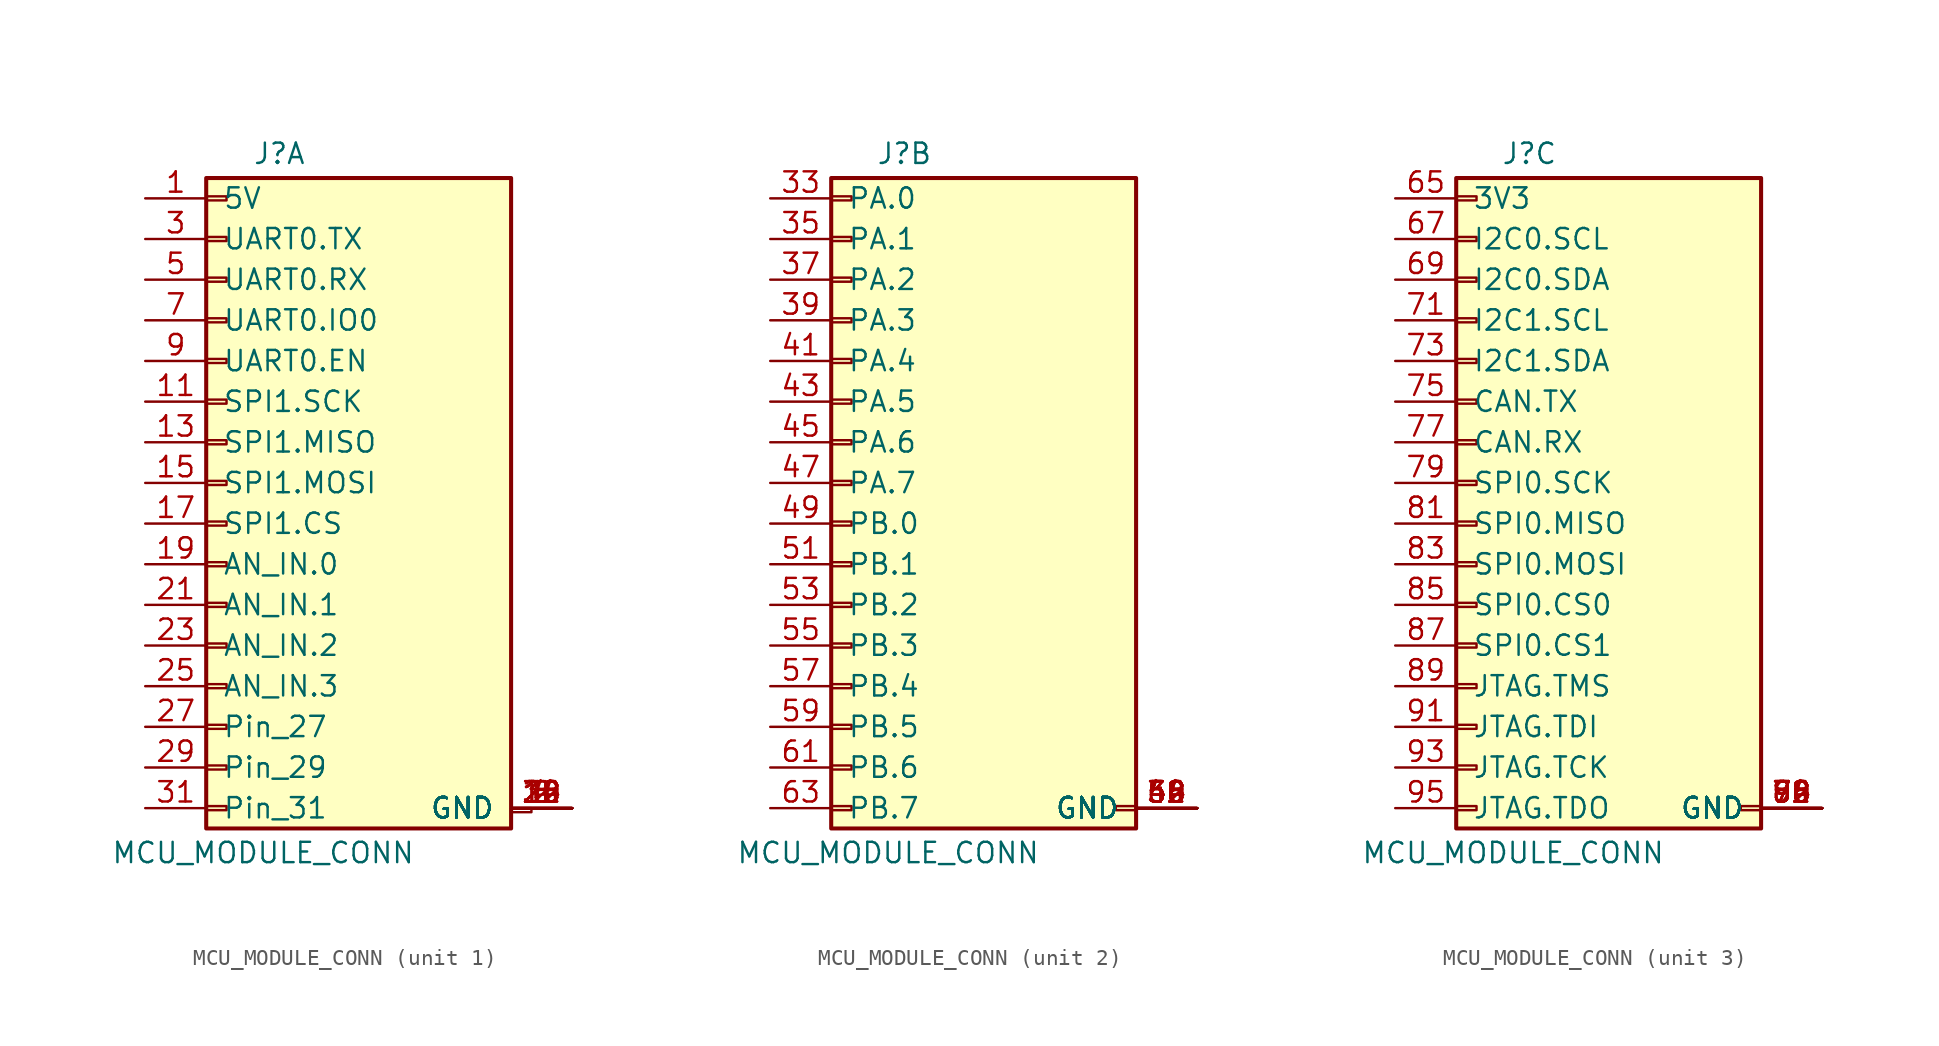
<source format=kicad_sym>
(kicad_symbol_lib
  (version 20241209)
  (generator "kicad_symbol_editor")
  (generator_version "9.0")
  (symbol "MCU_MODULE_CONN"
    (pin_names
      (offset 1.016))
    (property "Reference" "J"
      (at 3.302 20.574 0)
      (effects (font (size 1.27 1.27))))
    (property "Value" "MCU_MODULE_CONN"
      (at 2.286 -23.114 0)
      (effects (font (size 1.27 1.27))))
    (property "ki_locked" ""
      (at 0 0 0)
      (effects (font (size 1.27 1.27))))
    (symbol "MCU_MODULE_CONN_1_1"
      (rectangle (start -1.27 19.05) (end 17.78 -21.59) (stroke (width 0.254) (type default)) (fill (type background)))
      (rectangle (start -1.27 17.907) (end 0 17.653) (stroke (width 0.152) (type default)) (fill (type none)))
      (rectangle (start -1.27 15.367) (end 0 15.113) (stroke (width 0.152) (type default)) (fill (type none)))
      (rectangle (start -1.27 12.827) (end 0 12.573) (stroke (width 0.152) (type default)) (fill (type none)))
      (rectangle (start -1.27 10.287) (end 0 10.033) (stroke (width 0.152) (type default)) (fill (type none)))
      (rectangle (start -1.27 7.747) (end 0 7.493) (stroke (width 0.152) (type default)) (fill (type none)))
      (rectangle (start -1.27 5.207) (end 0 4.953) (stroke (width 0.152) (type default)) (fill (type none)))
      (rectangle (start -1.27 2.667) (end 0 2.413) (stroke (width 0.152) (type default)) (fill (type none)))
      (rectangle (start -1.27 0.127) (end 0 -0.127) (stroke (width 0.152) (type default)) (fill (type none)))
      (rectangle (start -1.27 -2.413) (end 0 -2.667) (stroke (width 0.152) (type default)) (fill (type none)))
      (rectangle (start -1.27 -4.953) (end 0 -5.207) (stroke (width 0.152) (type default)) (fill (type none)))
      (rectangle (start -1.27 -7.493) (end 0 -7.747) (stroke (width 0.152) (type default)) (fill (type none)))
      (rectangle (start -1.27 -10.033) (end 0 -10.287) (stroke (width 0.152) (type default)) (fill (type none)))
      (rectangle (start -1.27 -12.573) (end 0 -12.827) (stroke (width 0.152) (type default)) (fill (type none)))
      (rectangle (start -1.27 -15.113) (end 0 -15.367) (stroke (width 0.152) (type default)) (fill (type none)))
      (rectangle (start -1.27 -17.653) (end 0 -17.907) (stroke (width 0.152) (type default)) (fill (type none)))
      (rectangle (start -1.27 -20.193) (end 0 -20.447) (stroke (width 0.152) (type default)) (fill (type none)))
      (rectangle (start 17.78 -20.32) (end 19.05 -20.574) (stroke (width 0.152) (type default)) (fill (type none)))
      (pin passive line (at -5.08 17.78 0) (length 3.81) (name "5V" (effects (font (size 1.27 1.27)))) (number "1" (effects (font (size 1.27 1.27)))))
      (pin passive line (at -5.08 15.24 0) (length 3.81) (name "UART0.TX" (effects (font (size 1.27 1.27)))) (number "3" (effects (font (size 1.27 1.27)))))
      (pin passive line (at -5.08 12.7 0) (length 3.81) (name "UART0.RX" (effects (font (size 1.27 1.27)))) (number "5" (effects (font (size 1.27 1.27)))))
      (pin passive line (at -5.08 10.16 0) (length 3.81) (name "UART0.IO0" (effects (font (size 1.27 1.27)))) (number "7" (effects (font (size 1.27 1.27)))))
      (pin passive line (at -5.08 7.62 0) (length 3.81) (name "UART0.EN" (effects (font (size 1.27 1.27)))) (number "9" (effects (font (size 1.27 1.27)))))
      (pin passive line (at -5.08 5.08 0) (length 3.81) (name "SPI1.SCK" (effects (font (size 1.27 1.27)))) (number "11" (effects (font (size 1.27 1.27)))))
      (pin passive line (at -5.08 2.54 0) (length 3.81) (name "SPI1.MISO" (effects (font (size 1.27 1.27)))) (number "13" (effects (font (size 1.27 1.27)))))
      (pin passive line (at -5.08 0 0) (length 3.81) (name "SPI1.MOSI" (effects (font (size 1.27 1.27)))) (number "15" (effects (font (size 1.27 1.27)))))
      (pin passive line (at -5.08 -2.54 0) (length 3.81) (name "SPI1.CS" (effects (font (size 1.27 1.27)))) (number "17" (effects (font (size 1.27 1.27)))))
      (pin passive line (at -5.08 -5.08 0) (length 3.81) (name "AN_IN.0" (effects (font (size 1.27 1.27)))) (number "19" (effects (font (size 1.27 1.27)))))
      (pin passive line (at -5.08 -7.62 0) (length 3.81) (name "AN_IN.1" (effects (font (size 1.27 1.27)))) (number "21" (effects (font (size 1.27 1.27)))))
      (pin passive line (at -5.08 -10.16 0) (length 3.81) (name "AN_IN.2" (effects (font (size 1.27 1.27)))) (number "23" (effects (font (size 1.27 1.27)))))
      (pin passive line (at -5.08 -12.7 0) (length 3.81) (name "AN_IN.3" (effects (font (size 1.27 1.27)))) (number "25" (effects (font (size 1.27 1.27)))))
      (pin passive line (at -5.08 -15.24 0) (length 3.81) (name "Pin_27" (effects (font (size 1.27 1.27)))) (number "27" (effects (font (size 1.27 1.27)))))
      (pin passive line (at -5.08 -17.78 0) (length 3.81) (name "Pin_29" (effects (font (size 1.27 1.27)))) (number "29" (effects (font (size 1.27 1.27)))))
      (pin passive line (at -5.08 -20.32 0) (length 3.81) (name "Pin_31" (effects (font (size 1.27 1.27)))) (number "31" (effects (font (size 1.27 1.27)))))
      (pin passive line (at 21.59 -20.32 180) (length 3.81) (name "GND" (effects (font (size 1.27 1.27)))) (number "10" (effects (font (size 1.27 1.27)))))
      (pin passive line (at 21.59 -20.32 180) (length 3.81) (name "GND" (effects (font (size 1.27 1.27)))) (number "12" (effects (font (size 1.27 1.27)))))
      (pin passive line (at 21.59 -20.32 180) (length 3.81) (name "GND" (effects (font (size 1.27 1.27)))) (number "14" (effects (font (size 1.27 1.27)))))
      (pin passive line (at 21.59 -20.32 180) (length 3.81) (name "GND" (effects (font (size 1.27 1.27)))) (number "16" (effects (font (size 1.27 1.27)))))
      (pin passive line (at 21.59 -20.32 180) (length 3.81) (name "GND" (effects (font (size 1.27 1.27)))) (number "18" (effects (font (size 1.27 1.27)))))
      (pin passive line (at 21.59 -20.32 180) (length 3.81) (name "GND" (effects (font (size 1.27 1.27)))) (number "2" (effects (font (size 1.27 1.27)))))
      (pin passive line (at 21.59 -20.32 180) (length 3.81) (name "GND" (effects (font (size 1.27 1.27)))) (number "20" (effects (font (size 1.27 1.27)))))
      (pin passive line (at 21.59 -20.32 180) (length 3.81) (name "GND" (effects (font (size 1.27 1.27)))) (number "22" (effects (font (size 1.27 1.27)))))
      (pin passive line (at 21.59 -20.32 180) (length 3.81) (name "GND" (effects (font (size 1.27 1.27)))) (number "24" (effects (font (size 1.27 1.27)))))
      (pin passive line (at 21.59 -20.32 180) (length 3.81) (name "GND" (effects (font (size 1.27 1.27)))) (number "26" (effects (font (size 1.27 1.27)))))
      (pin passive line (at 21.59 -20.32 180) (length 3.81) (name "GND" (effects (font (size 1.27 1.27)))) (number "28" (effects (font (size 1.27 1.27)))))
      (pin passive line (at 21.59 -20.32 180) (length 3.81) (name "GND" (effects (font (size 1.27 1.27)))) (number "30" (effects (font (size 1.27 1.27)))))
      (pin passive line (at 21.59 -20.32 180) (length 3.81) (name "GND" (effects (font (size 1.27 1.27)))) (number "32" (effects (font (size 1.27 1.27)))))
      (pin passive line (at 21.59 -20.32 180) (length 3.81) (name "GND" (effects (font (size 1.27 1.27)))) (number "4" (effects (font (size 1.27 1.27)))))
      (pin passive line (at 21.59 -20.32 180) (length 3.81) (name "GND" (effects (font (size 1.27 1.27)))) (number "6" (effects (font (size 1.27 1.27)))))
      (pin passive line (at 21.59 -20.32 180) (length 3.81) (name "GND" (effects (font (size 1.27 1.27)))) (number "8" (effects (font (size 1.27 1.27))))))
    (symbol "MCU_MODULE_CONN_2_1"
      (rectangle (start -1.27 19.05) (end 17.78 -21.59) (stroke (width 0.254) (type default)) (fill (type background)))
      (rectangle (start -1.27 17.907) (end 0 17.653) (stroke (width 0.152) (type default)) (fill (type none)))
      (rectangle (start -1.27 15.367) (end 0 15.113) (stroke (width 0.152) (type default)) (fill (type none)))
      (rectangle (start -1.27 12.827) (end 0 12.573) (stroke (width 0.152) (type default)) (fill (type none)))
      (rectangle (start -1.27 10.287) (end 0 10.033) (stroke (width 0.152) (type default)) (fill (type none)))
      (rectangle (start -1.27 7.747) (end 0 7.493) (stroke (width 0.152) (type default)) (fill (type none)))
      (rectangle (start -1.27 5.207) (end 0 4.953) (stroke (width 0.152) (type default)) (fill (type none)))
      (rectangle (start -1.27 2.667) (end 0 2.413) (stroke (width 0.152) (type default)) (fill (type none)))
      (rectangle (start -1.27 0.127) (end 0 -0.127) (stroke (width 0.152) (type default)) (fill (type none)))
      (rectangle (start -1.27 -2.413) (end 0 -2.667) (stroke (width 0.152) (type default)) (fill (type none)))
      (rectangle (start -1.27 -4.953) (end 0 -5.207) (stroke (width 0.152) (type default)) (fill (type none)))
      (rectangle (start -1.27 -7.493) (end 0 -7.747) (stroke (width 0.152) (type default)) (fill (type none)))
      (rectangle (start -1.27 -10.033) (end 0 -10.287) (stroke (width 0.152) (type default)) (fill (type none)))
      (rectangle (start -1.27 -12.573) (end 0 -12.827) (stroke (width 0.152) (type default)) (fill (type none)))
      (rectangle (start -1.27 -15.113) (end 0 -15.367) (stroke (width 0.152) (type default)) (fill (type none)))
      (rectangle (start -1.27 -17.653) (end 0 -17.907) (stroke (width 0.152) (type default)) (fill (type none)))
      (rectangle (start -1.27 -20.193) (end 0 -20.447) (stroke (width 0.152) (type default)) (fill (type none)))
      (rectangle (start 17.78 -20.193) (end 16.51 -20.447) (stroke (width 0.152) (type default)) (fill (type none)))
      (pin passive line (at -5.08 17.78 0) (length 3.81) (name "PA.0" (effects (font (size 1.27 1.27)))) (number "33" (effects (font (size 1.27 1.27)))))
      (pin passive line (at -5.08 15.24 0) (length 3.81) (name "PA.1" (effects (font (size 1.27 1.27)))) (number "35" (effects (font (size 1.27 1.27)))))
      (pin passive line (at -5.08 12.7 0) (length 3.81) (name "PA.2" (effects (font (size 1.27 1.27)))) (number "37" (effects (font (size 1.27 1.27)))))
      (pin passive line (at -5.08 10.16 0) (length 3.81) (name "PA.3" (effects (font (size 1.27 1.27)))) (number "39" (effects (font (size 1.27 1.27)))))
      (pin passive line (at -5.08 7.62 0) (length 3.81) (name "PA.4" (effects (font (size 1.27 1.27)))) (number "41" (effects (font (size 1.27 1.27)))))
      (pin passive line (at -5.08 5.08 0) (length 3.81) (name "PA.5" (effects (font (size 1.27 1.27)))) (number "43" (effects (font (size 1.27 1.27)))))
      (pin passive line (at -5.08 2.54 0) (length 3.81) (name "PA.6" (effects (font (size 1.27 1.27)))) (number "45" (effects (font (size 1.27 1.27)))))
      (pin passive line (at -5.08 0 0) (length 3.81) (name "PA.7" (effects (font (size 1.27 1.27)))) (number "47" (effects (font (size 1.27 1.27)))))
      (pin passive line (at -5.08 -2.54 0) (length 3.81) (name "PB.0" (effects (font (size 1.27 1.27)))) (number "49" (effects (font (size 1.27 1.27)))))
      (pin passive line (at -5.08 -5.08 0) (length 3.81) (name "PB.1" (effects (font (size 1.27 1.27)))) (number "51" (effects (font (size 1.27 1.27)))))
      (pin passive line (at -5.08 -7.62 0) (length 3.81) (name "PB.2" (effects (font (size 1.27 1.27)))) (number "53" (effects (font (size 1.27 1.27)))))
      (pin passive line (at -5.08 -10.16 0) (length 3.81) (name "PB.3" (effects (font (size 1.27 1.27)))) (number "55" (effects (font (size 1.27 1.27)))))
      (pin passive line (at -5.08 -12.7 0) (length 3.81) (name "PB.4" (effects (font (size 1.27 1.27)))) (number "57" (effects (font (size 1.27 1.27)))))
      (pin passive line (at -5.08 -15.24 0) (length 3.81) (name "PB.5" (effects (font (size 1.27 1.27)))) (number "59" (effects (font (size 1.27 1.27)))))
      (pin passive line (at -5.08 -17.78 0) (length 3.81) (name "PB.6" (effects (font (size 1.27 1.27)))) (number "61" (effects (font (size 1.27 1.27)))))
      (pin passive line (at -5.08 -20.32 0) (length 3.81) (name "PB.7" (effects (font (size 1.27 1.27)))) (number "63" (effects (font (size 1.27 1.27)))))
      (pin passive line (at 21.59 -20.32 180) (length 3.81) (name "GND" (effects (font (size 1.27 1.27)))) (number "34" (effects (font (size 1.27 1.27)))))
      (pin passive line (at 21.59 -20.32 180) (length 3.81) (name "GND" (effects (font (size 1.27 1.27)))) (number "36" (effects (font (size 1.27 1.27)))))
      (pin passive line (at 21.59 -20.32 180) (length 3.81) (name "GND" (effects (font (size 1.27 1.27)))) (number "38" (effects (font (size 1.27 1.27)))))
      (pin passive line (at 21.59 -20.32 180) (length 3.81) (name "GND" (effects (font (size 1.27 1.27)))) (number "40" (effects (font (size 1.27 1.27)))))
      (pin passive line (at 21.59 -20.32 180) (length 3.81) (name "GND" (effects (font (size 1.27 1.27)))) (number "42" (effects (font (size 1.27 1.27)))))
      (pin passive line (at 21.59 -20.32 180) (length 3.81) (name "GND" (effects (font (size 1.27 1.27)))) (number "44" (effects (font (size 1.27 1.27)))))
      (pin passive line (at 21.59 -20.32 180) (length 3.81) (name "GND" (effects (font (size 1.27 1.27)))) (number "46" (effects (font (size 1.27 1.27)))))
      (pin passive line (at 21.59 -20.32 180) (length 3.81) (name "GND" (effects (font (size 1.27 1.27)))) (number "48" (effects (font (size 1.27 1.27)))))
      (pin passive line (at 21.59 -20.32 180) (length 3.81) (name "GND" (effects (font (size 1.27 1.27)))) (number "50" (effects (font (size 1.27 1.27)))))
      (pin passive line (at 21.59 -20.32 180) (length 3.81) (name "GND" (effects (font (size 1.27 1.27)))) (number "52" (effects (font (size 1.27 1.27)))))
      (pin passive line (at 21.59 -20.32 180) (length 3.81) (name "GND" (effects (font (size 1.27 1.27)))) (number "54" (effects (font (size 1.27 1.27)))))
      (pin passive line (at 21.59 -20.32 180) (length 3.81) (name "GND" (effects (font (size 1.27 1.27)))) (number "56" (effects (font (size 1.27 1.27)))))
      (pin passive line (at 21.59 -20.32 180) (length 3.81) (name "GND" (effects (font (size 1.27 1.27)))) (number "58" (effects (font (size 1.27 1.27)))))
      (pin passive line (at 21.59 -20.32 180) (length 3.81) (name "GND" (effects (font (size 1.27 1.27)))) (number "60" (effects (font (size 1.27 1.27)))))
      (pin passive line (at 21.59 -20.32 180) (length 3.81) (name "GND" (effects (font (size 1.27 1.27)))) (number "62" (effects (font (size 1.27 1.27)))))
      (pin passive line (at 21.59 -20.32 180) (length 3.81) (name "GND" (effects (font (size 1.27 1.27)))) (number "64" (effects (font (size 1.27 1.27))))))
    (symbol "MCU_MODULE_CONN_3_1"
      (rectangle (start -1.27 19.05) (end 17.78 -21.59) (stroke (width 0.254) (type default)) (fill (type background)))
      (rectangle (start -1.27 17.907) (end 0 17.653) (stroke (width 0.152) (type default)) (fill (type none)))
      (rectangle (start -1.27 15.367) (end 0 15.113) (stroke (width 0.152) (type default)) (fill (type none)))
      (rectangle (start -1.27 12.827) (end 0 12.573) (stroke (width 0.152) (type default)) (fill (type none)))
      (rectangle (start -1.27 10.287) (end 0 10.033) (stroke (width 0.152) (type default)) (fill (type none)))
      (rectangle (start -1.27 7.747) (end 0 7.493) (stroke (width 0.152) (type default)) (fill (type none)))
      (rectangle (start -1.27 5.207) (end 0 4.953) (stroke (width 0.152) (type default)) (fill (type none)))
      (rectangle (start -1.27 2.667) (end 0 2.413) (stroke (width 0.152) (type default)) (fill (type none)))
      (rectangle (start -1.27 0.127) (end 0 -0.127) (stroke (width 0.152) (type default)) (fill (type none)))
      (rectangle (start -1.27 -2.413) (end 0 -2.667) (stroke (width 0.152) (type default)) (fill (type none)))
      (rectangle (start -1.27 -4.953) (end 0 -5.207) (stroke (width 0.152) (type default)) (fill (type none)))
      (rectangle (start -1.27 -7.493) (end 0 -7.747) (stroke (width 0.152) (type default)) (fill (type none)))
      (rectangle (start -1.27 -10.033) (end 0 -10.287) (stroke (width 0.152) (type default)) (fill (type none)))
      (rectangle (start -1.27 -12.573) (end 0 -12.827) (stroke (width 0.152) (type default)) (fill (type none)))
      (rectangle (start -1.27 -15.113) (end 0 -15.367) (stroke (width 0.152) (type default)) (fill (type none)))
      (rectangle (start -1.27 -17.653) (end 0 -17.907) (stroke (width 0.152) (type default)) (fill (type none)))
      (rectangle (start -1.27 -20.193) (end 0 -20.447) (stroke (width 0.152) (type default)) (fill (type none)))
      (rectangle (start 17.78 -20.193) (end 16.51 -20.447) (stroke (width 0.152) (type default)) (fill (type none)))
      (pin passive line (at -5.08 17.78 0) (length 3.81) (name "3V3" (effects (font (size 1.27 1.27)))) (number "65" (effects (font (size 1.27 1.27)))))
      (pin passive line (at -5.08 15.24 0) (length 3.81) (name "I2C0.SCL" (effects (font (size 1.27 1.27)))) (number "67" (effects (font (size 1.27 1.27)))))
      (pin passive line (at -5.08 12.7 0) (length 3.81) (name "I2C0.SDA" (effects (font (size 1.27 1.27)))) (number "69" (effects (font (size 1.27 1.27)))))
      (pin passive line (at -5.08 10.16 0) (length 3.81) (name "I2C1.SCL" (effects (font (size 1.27 1.27)))) (number "71" (effects (font (size 1.27 1.27)))))
      (pin passive line (at -5.08 7.62 0) (length 3.81) (name "I2C1.SDA" (effects (font (size 1.27 1.27)))) (number "73" (effects (font (size 1.27 1.27)))))
      (pin passive line (at -5.08 5.08 0) (length 3.81) (name "CAN.TX" (effects (font (size 1.27 1.27)))) (number "75" (effects (font (size 1.27 1.27)))))
      (pin passive line (at -5.08 2.54 0) (length 3.81) (name "CAN.RX" (effects (font (size 1.27 1.27)))) (number "77" (effects (font (size 1.27 1.27)))))
      (pin passive line (at -5.08 0 0) (length 3.81) (name "SPI0.SCK" (effects (font (size 1.27 1.27)))) (number "79" (effects (font (size 1.27 1.27)))))
      (pin passive line (at -5.08 -2.54 0) (length 3.81) (name "SPI0.MISO" (effects (font (size 1.27 1.27)))) (number "81" (effects (font (size 1.27 1.27)))))
      (pin passive line (at -5.08 -5.08 0) (length 3.81) (name "SPI0.MOSI" (effects (font (size 1.27 1.27)))) (number "83" (effects (font (size 1.27 1.27)))))
      (pin passive line (at -5.08 -7.62 0) (length 3.81) (name "SPI0.CS0" (effects (font (size 1.27 1.27)))) (number "85" (effects (font (size 1.27 1.27)))))
      (pin passive line (at -5.08 -10.16 0) (length 3.81) (name "SPI0.CS1" (effects (font (size 1.27 1.27)))) (number "87" (effects (font (size 1.27 1.27)))))
      (pin passive line (at -5.08 -12.7 0) (length 3.81) (name "JTAG.TMS" (effects (font (size 1.27 1.27)))) (number "89" (effects (font (size 1.27 1.27)))))
      (pin passive line (at -5.08 -15.24 0) (length 3.81) (name "JTAG.TDI" (effects (font (size 1.27 1.27)))) (number "91" (effects (font (size 1.27 1.27)))))
      (pin passive line (at -5.08 -17.78 0) (length 3.81) (name "JTAG.TCK" (effects (font (size 1.27 1.27)))) (number "93" (effects (font (size 1.27 1.27)))))
      (pin passive line (at -5.08 -20.32 0) (length 3.81) (name "JTAG.TDO" (effects (font (size 1.27 1.27)))) (number "95" (effects (font (size 1.27 1.27)))))
      (pin passive line (at 21.59 -20.32 180) (length 3.81) (name "GND" (effects (font (size 1.27 1.27)))) (number "58" (effects (font (size 1.27 1.27)))))
      (pin passive line (at 21.59 -20.32 180) (length 3.81) (name "GND" (effects (font (size 1.27 1.27)))) (number "66" (effects (font (size 1.27 1.27)))))
      (pin passive line (at 21.59 -20.32 180) (length 3.81) (name "GND" (effects (font (size 1.27 1.27)))) (number "70" (effects (font (size 1.27 1.27)))))
      (pin passive line (at 21.59 -20.32 180) (length 3.81) (name "GND" (effects (font (size 1.27 1.27)))) (number "72" (effects (font (size 1.27 1.27)))))
      (pin passive line (at 21.59 -20.32 180) (length 3.81) (name "GND" (effects (font (size 1.27 1.27)))) (number "74" (effects (font (size 1.27 1.27)))))
      (pin passive line (at 21.59 -20.32 180) (length 3.81) (name "GND" (effects (font (size 1.27 1.27)))) (number "76" (effects (font (size 1.27 1.27)))))
      (pin passive line (at 21.59 -20.32 180) (length 3.81) (name "GND" (effects (font (size 1.27 1.27)))) (number "78" (effects (font (size 1.27 1.27)))))
      (pin passive line (at 21.59 -20.32 180) (length 3.81) (name "GND" (effects (font (size 1.27 1.27)))) (number "80" (effects (font (size 1.27 1.27)))))
      (pin passive line (at 21.59 -20.32 180) (length 3.81) (name "GND" (effects (font (size 1.27 1.27)))) (number "82" (effects (font (size 1.27 1.27)))))
      (pin passive line (at 21.59 -20.32 180) (length 3.81) (name "GND" (effects (font (size 1.27 1.27)))) (number "84" (effects (font (size 1.27 1.27)))))
      (pin passive line (at 21.59 -20.32 180) (length 3.81) (name "GND" (effects (font (size 1.27 1.27)))) (number "86" (effects (font (size 1.27 1.27)))))
      (pin passive line (at 21.59 -20.32 180) (length 3.81) (name "GND" (effects (font (size 1.27 1.27)))) (number "88" (effects (font (size 1.27 1.27)))))
      (pin passive line (at 21.59 -20.32 180) (length 3.81) (name "GND" (effects (font (size 1.27 1.27)))) (number "90" (effects (font (size 1.27 1.27)))))
      (pin passive line (at 21.59 -20.32 180) (length 3.81) (name "GND" (effects (font (size 1.27 1.27)))) (number "92" (effects (font (size 1.27 1.27)))))
      (pin passive line (at 21.59 -20.32 180) (length 3.81) (name "GND" (effects (font (size 1.27 1.27)))) (number "94" (effects (font (size 1.27 1.27)))))
      (pin passive line (at 21.59 -20.32 180) (length 3.81) (name "GND" (effects (font (size 1.27 1.27)))) (number "96" (effects (font (size 1.27 1.27))))))))
</source>
